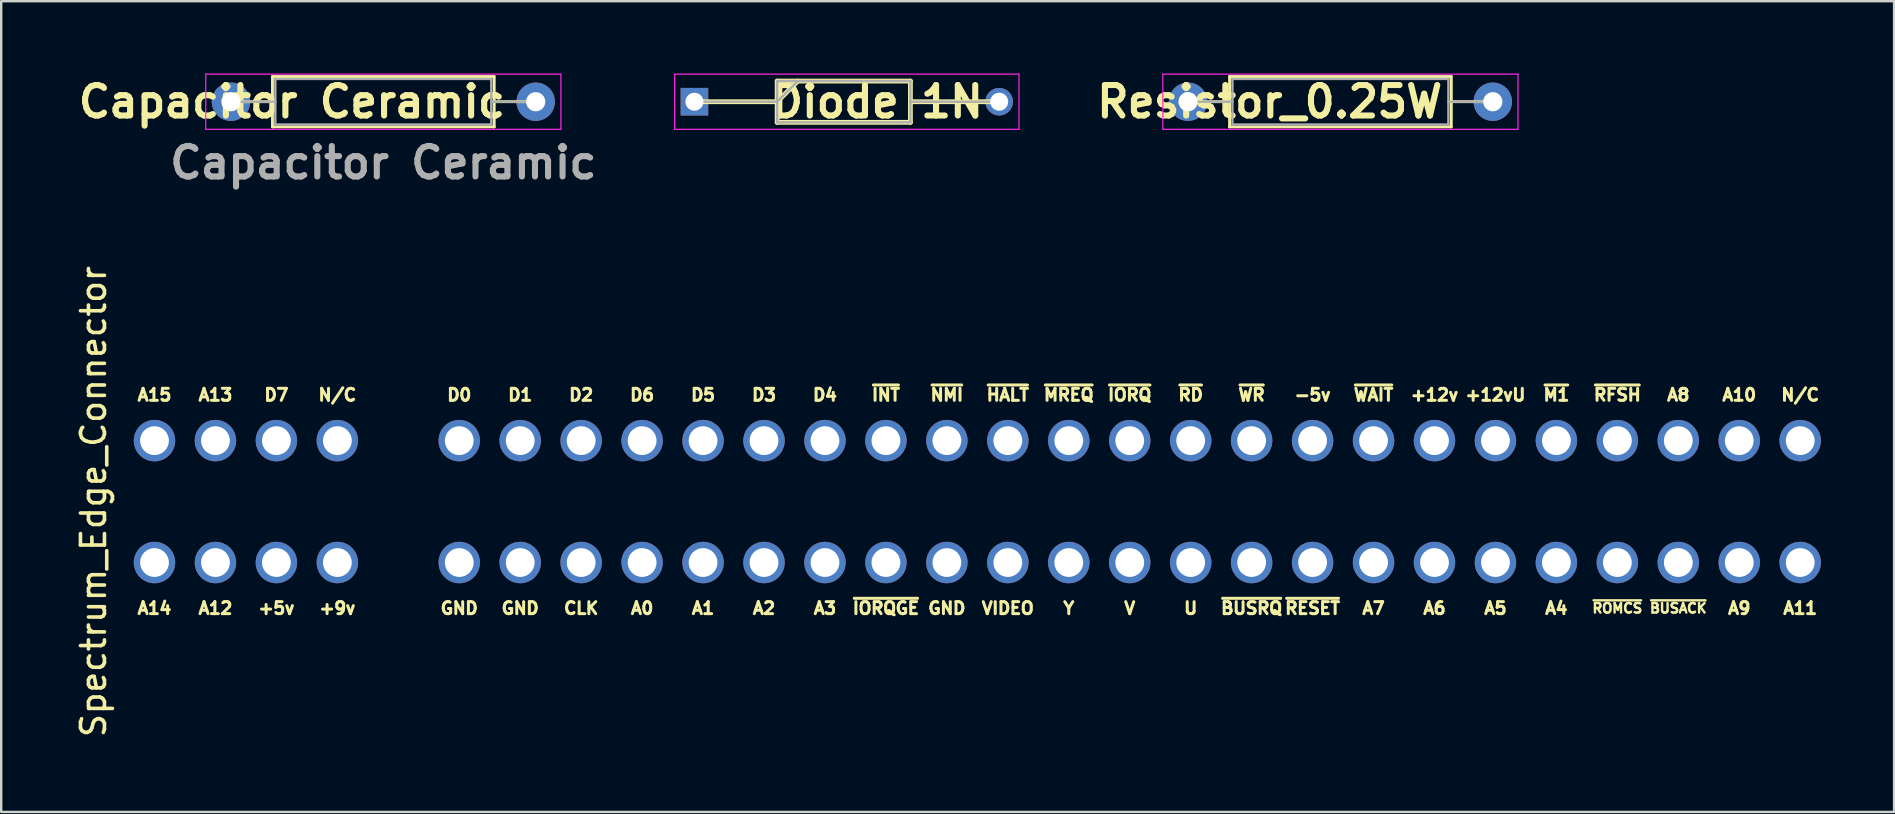
<source format=kicad_pcb>
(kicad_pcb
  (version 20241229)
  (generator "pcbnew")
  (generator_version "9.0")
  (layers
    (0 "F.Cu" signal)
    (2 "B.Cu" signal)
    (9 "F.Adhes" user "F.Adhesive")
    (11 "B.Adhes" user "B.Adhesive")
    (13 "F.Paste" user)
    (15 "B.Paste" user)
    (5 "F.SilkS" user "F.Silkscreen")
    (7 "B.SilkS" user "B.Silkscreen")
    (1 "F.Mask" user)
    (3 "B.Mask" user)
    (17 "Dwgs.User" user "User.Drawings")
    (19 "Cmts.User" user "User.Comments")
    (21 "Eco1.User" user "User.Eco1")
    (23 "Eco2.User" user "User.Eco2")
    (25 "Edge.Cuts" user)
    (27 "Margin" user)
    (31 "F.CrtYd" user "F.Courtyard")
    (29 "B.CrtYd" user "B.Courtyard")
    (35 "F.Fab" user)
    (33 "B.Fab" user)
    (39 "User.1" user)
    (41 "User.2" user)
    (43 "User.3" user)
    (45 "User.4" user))
  (footprint "Diode 1N"
    (layer "F.Cu")
    (at 25.888 1.189)
    (property "Reference" "Diode 1N" (at 7.62 0 0) (layer "F.SilkS") (effects (font (size 1.27 1.27) (thickness 0.254))))
    (attr through_hole)
    (fp_line (start 0 0) (end 3.448 0) (stroke (width 0.2) (type solid)) (layer "F.SilkS"))
    (fp_line (start 3.448 -0.86) (end 9 -0.86) (stroke (width 0.2) (type solid)) (layer "F.SilkS"))
    (fp_line (start 3.448 0) (end 4.308 -0.86) (stroke (width 0.2) (type solid)) (layer "F.SilkS"))
    (fp_line (start 3.448 0.86) (end 3.448 -0.86) (stroke (width 0.2) (type solid)) (layer "F.SilkS"))
    (fp_line (start 9 -0.86) (end 9 0.86) (stroke (width 0.2) (type solid)) (layer "F.SilkS"))
    (fp_line (start 9 0) (end 12.7 0) (stroke (width 0.2) (type solid)) (layer "F.SilkS"))
    (fp_line (start 9 0.86) (end 3.448 0.86) (stroke (width 0.2) (type solid)) (layer "F.SilkS"))
    (fp_line (start -0.825 -1.15) (end 13.525 -1.15) (stroke (width 0.05) (type solid)) (layer "F.CrtYd"))
    (fp_line (start -0.825 1.15) (end -0.825 -1.15) (stroke (width 0.05) (type solid)) (layer "F.CrtYd"))
    (fp_line (start 13.525 -1.15) (end 13.525 1.15) (stroke (width 0.05) (type solid)) (layer "F.CrtYd"))
    (fp_line (start 13.525 1.15) (end -0.825 1.15) (stroke (width 0.05) (type solid)) (layer "F.CrtYd"))
    (fp_line (start 0 0) (end 3.448 0) (stroke (width 0.1) (type solid)) (layer "F.Fab"))
    (fp_line (start 3.448 -0.86) (end 9 -0.86) (stroke (width 0.1) (type solid)) (layer "F.Fab"))
    (fp_line (start 3.448 0) (end 4.308 -0.86) (stroke (width 0.1) (type solid)) (layer "F.Fab"))
    (fp_line (start 3.448 0.86) (end 3.448 -0.86) (stroke (width 0.1) (type solid)) (layer "F.Fab"))
    (fp_line (start 9 -0.86) (end 9 0.86) (stroke (width 0.1) (type solid)) (layer "F.Fab"))
    (fp_line (start 9 0) (end 12.7 0) (stroke (width 0.1) (type solid)) (layer "F.Fab"))
    (fp_line (start 9 0.86) (end 3.448 0.86) (stroke (width 0.1) (type solid)) (layer "F.Fab"))
    (pad "1" thru_hole rect (at 0 0) (size 1.15 1.15) (drill 0.75) (layers "*.Cu" "*.Mask"))
    (pad "2" thru_hole circle (at 12.7 0) (size 1.15 1.15) (drill 0.75) (layers "*.Cu" "*.Mask")))
  (footprint "Resistor_0.25W"
    (layer "F.Cu")
    (at 46.458 1.189)
    (property "Reference" "Resistor_0.25W" (at 3.4 0 0) (layer "F.SilkS") (effects (font (size 1.27 1.27) (thickness 0.254))))
    (attr through_hole)
    (fp_line (start 0 0) (end 1.73 0) (stroke (width 0.12) (type solid)) (layer "F.SilkS"))
    (fp_line (start 1.73 -1.05) (end 1.73 1.05) (stroke (width 0.12) (type solid)) (layer "F.SilkS"))
    (fp_line (start 1.73 1.05) (end 10.97 1.05) (stroke (width 0.12) (type solid)) (layer "F.SilkS"))
    (fp_line (start 10.97 -1.05) (end 1.73 -1.05) (stroke (width 0.12) (type solid)) (layer "F.SilkS"))
    (fp_line (start 10.97 1.05) (end 10.97 -1.05) (stroke (width 0.12) (type solid)) (layer "F.SilkS"))
    (fp_line (start 12.7 0) (end 10.97 0) (stroke (width 0.12) (type solid)) (layer "F.SilkS"))
    (fp_line (start -1.05 -1.15) (end -1.05 1.15) (stroke (width 0.05) (type solid)) (layer "F.CrtYd"))
    (fp_line (start -1.05 1.15) (end 13.75 1.15) (stroke (width 0.05) (type solid)) (layer "F.CrtYd"))
    (fp_line (start 13.75 -1.15) (end -1.05 -1.15) (stroke (width 0.05) (type solid)) (layer "F.CrtYd"))
    (fp_line (start 13.75 1.15) (end 13.75 -1.15) (stroke (width 0.05) (type solid)) (layer "F.CrtYd"))
    (fp_line (start 0 0) (end 1.85 0) (stroke (width 0.1) (type solid)) (layer "F.Fab"))
    (fp_line (start 1.85 -0.95) (end 1.85 0.95) (stroke (width 0.1) (type solid)) (layer "F.Fab"))
    (fp_line (start 1.85 0.95) (end 10.85 0.95) (stroke (width 0.1) (type solid)) (layer "F.Fab"))
    (fp_line (start 10.85 -0.95) (end 1.85 -0.95) (stroke (width 0.1) (type solid)) (layer "F.Fab"))
    (fp_line (start 10.85 0.95) (end 10.85 -0.95) (stroke (width 0.1) (type solid)) (layer "F.Fab"))
    (fp_line (start 12.7 0) (end 10.85 0) (stroke (width 0.1) (type solid)) (layer "F.Fab"))
    (pad "1" thru_hole circle (at 0 0) (size 1.6 1.6) (drill 0.8) (layers "*.Cu" "*.Mask"))
    (pad "2" thru_hole oval (at 12.7 0) (size 1.6 1.6) (drill 0.8) (layers "*.Cu" "*.Mask")))
  (footprint "Capacitor Ceramic"
    (layer "F.Cu")
    (at 6.574 1.189)
    (property "Reference" "Capacitor Ceramic" (at 2.54 0 0) (layer "F.SilkS") (effects (font (size 1.27 1.27) (thickness 0.254))))
    (attr through_hole)
    (fp_line (start 0 0) (end 1.73 0) (stroke (width 0.12) (type solid)) (layer "F.SilkS"))
    (fp_line (start 1.73 -1.05) (end 1.73 1.05) (stroke (width 0.12) (type solid)) (layer "F.SilkS"))
    (fp_line (start 1.73 1.05) (end 10.97 1.05) (stroke (width 0.12) (type solid)) (layer "F.SilkS"))
    (fp_line (start 10.97 -1.05) (end 1.73 -1.05) (stroke (width 0.12) (type solid)) (layer "F.SilkS"))
    (fp_line (start 10.97 1.05) (end 10.97 -1.05) (stroke (width 0.12) (type solid)) (layer "F.SilkS"))
    (fp_line (start 12.7 0) (end 10.97 0) (stroke (width 0.12) (type solid)) (layer "F.SilkS"))
    (fp_line (start -1.05 -1.15) (end -1.05 1.15) (stroke (width 0.05) (type solid)) (layer "F.CrtYd"))
    (fp_line (start -1.05 1.15) (end 13.75 1.15) (stroke (width 0.05) (type solid)) (layer "F.CrtYd"))
    (fp_line (start 13.75 -1.15) (end -1.05 -1.15) (stroke (width 0.05) (type solid)) (layer "F.CrtYd"))
    (fp_line (start 13.75 1.15) (end 13.75 -1.15) (stroke (width 0.05) (type solid)) (layer "F.CrtYd"))
    (fp_line (start 0 0) (end 1.85 0) (stroke (width 0.1) (type solid)) (layer "F.Fab"))
    (fp_line (start 1.85 -0.95) (end 1.85 0.95) (stroke (width 0.1) (type solid)) (layer "F.Fab"))
    (fp_line (start 1.85 0.95) (end 10.85 0.95) (stroke (width 0.1) (type solid)) (layer "F.Fab"))
    (fp_line (start 10.85 -0.95) (end 1.85 -0.95) (stroke (width 0.1) (type solid)) (layer "F.Fab"))
    (fp_line (start 10.85 0.95) (end 10.85 -0.95) (stroke (width 0.1) (type solid)) (layer "F.Fab"))
    (fp_line (start 12.7 0) (end 10.85 0) (stroke (width 0.1) (type solid)) (layer "F.Fab"))
    (fp_text user "${REFERENCE}" (at 6.35 2.54 0) (layer "F.Fab") (effects (font (size 1.27 1.27) (thickness 0.254))))
    (pad "1" thru_hole circle (at 0 0) (size 1.6 1.6) (drill 0.8) (layers "*.Cu" "*.Mask"))
    (pad "2" thru_hole oval (at 12.7 0) (size 1.6 1.6) (drill 0.8) (layers "*.Cu" "*.Mask")))
  (footprint "Spectrum_Edge_Connector"
    (layer "F.Cu")
    (at 36.408 17.852)
    (property "Reference" "Spectrum_Edge_Connector" (at -35.56 0 90) (layer "F.SilkS") (effects (font (size 1 1) (thickness 0.15))))
    (attr through_hole)
    (fp_text user "GND" (at -20.32 4.445 0) (layer "F.SilkS") (effects (font (size 0.5 0.5) (thickness 0.125))))
    (fp_text user "A10" (at 33.02 -4.445 0) (layer "F.SilkS") (effects (font (size 0.5 0.5) (thickness 0.125))))
    (fp_text user "~{M1}" (at 25.4 -4.445 0) (layer "F.SilkS") (effects (font (size 0.5 0.5) (thickness 0.125))))
    (fp_text user "~{RESET}" (at 15.24 4.445 0) (layer "F.SilkS") (effects (font (size 0.5 0.5) (thickness 0.125))))
    (fp_text user "A6" (at 20.32 4.445 0) (layer "F.SilkS") (effects (font (size 0.5 0.5) (thickness 0.125))))
    (fp_text user "~{IORQ}" (at 7.62 -4.445 0) (layer "F.SilkS") (effects (font (size 0.5 0.5) (thickness 0.125))))
    (fp_text user "+5v" (at -27.94 4.445 0) (layer "F.SilkS") (effects (font (size 0.5 0.5) (thickness 0.125))))
    (fp_text user "A7" (at 17.78 4.445 0) (layer "F.SilkS") (effects (font (size 0.5 0.5) (thickness 0.125))))
    (fp_text user "A5" (at 22.86 4.445 0) (layer "F.SilkS") (effects (font (size 0.5 0.5) (thickness 0.125))))
    (fp_text user "D5" (at -10.16 -4.445 0) (layer "F.SilkS") (effects (font (size 0.5 0.5) (thickness 0.125))))
    (fp_text user "D7" (at -27.94 -4.445 0) (layer "F.SilkS") (effects (font (size 0.5 0.5) (thickness 0.125))))
    (fp_text user "D3" (at -7.62 -4.445 0) (layer "F.SilkS") (effects (font (size 0.5 0.5) (thickness 0.125))))
    (fp_text user "Y" (at 5.08 4.445 0) (layer "F.SilkS") (effects (font (size 0.5 0.5) (thickness 0.125))))
    (fp_text user "~{HALT}" (at 2.54 -4.445 0) (layer "F.SilkS") (effects (font (size 0.5 0.5) (thickness 0.125))))
    (fp_text user "~{RD}" (at 10.16 -4.445 0) (layer "F.SilkS") (effects (font (size 0.5 0.5) (thickness 0.125))))
    (fp_text user "A0" (at -12.7 4.445 0) (layer "F.SilkS") (effects (font (size 0.5 0.5) (thickness 0.125))))
    (fp_text user "A4" (at 25.4 4.445 0) (layer "F.SilkS") (effects (font (size 0.5 0.5) (thickness 0.125))))
    (fp_text user "V" (at 7.62 4.445 0) (layer "F.SilkS") (effects (font (size 0.5 0.5) (thickness 0.125))))
    (fp_text user "N/C" (at -25.4 -4.445 0) (layer "F.SilkS") (effects (font (size 0.5 0.5) (thickness 0.125))))
    (fp_text user "D6" (at -12.7 -4.445 0) (layer "F.SilkS") (effects (font (size 0.5 0.5) (thickness 0.125))))
    (fp_text user "~{WAIT}" (at 17.78 -4.445 0) (layer "F.SilkS") (effects (font (size 0.5 0.5) (thickness 0.125))))
    (fp_text user "~{INT}" (at -2.54 -4.445 0) (layer "F.SilkS") (effects (font (size 0.5 0.5) (thickness 0.125))))
    (fp_text user "A13" (at -30.48 -4.445 0) (layer "F.SilkS") (effects (font (size 0.5 0.5) (thickness 0.125))))
    (fp_text user "A2" (at -7.62 4.445 0) (layer "F.SilkS") (effects (font (size 0.5 0.5) (thickness 0.125))))
    (fp_text user "A14" (at -33.02 4.445 0) (layer "F.SilkS") (effects (font (size 0.5 0.5) (thickness 0.125))))
    (fp_text user "A11" (at 35.56 4.445 0) (layer "F.SilkS") (effects (font (size 0.5 0.5) (thickness 0.125))))
    (fp_text user "N/C" (at 35.56 -4.445 0) (layer "F.SilkS") (effects (font (size 0.5 0.5) (thickness 0.125))))
    (fp_text user "A9" (at 33.02 4.445 0) (layer "F.SilkS") (effects (font (size 0.5 0.5) (thickness 0.125))))
    (fp_text user "~{WR}" (at 12.7 -4.445 0) (layer "F.SilkS") (effects (font (size 0.5 0.5) (thickness 0.125))))
    (fp_text user "A12" (at -30.48 4.445 0) (layer "F.SilkS") (effects (font (size 0.5 0.5) (thickness 0.125))))
    (fp_text user "~{MREQ}" (at 5.08 -4.445 0) (layer "F.SilkS") (effects (font (size 0.5 0.5) (thickness 0.125))))
    (fp_text user "A15" (at -33.02 -4.445 0) (layer "F.SilkS") (effects (font (size 0.5 0.5) (thickness 0.125))))
    (fp_text user "GND" (at 0 4.445 0) (layer "F.SilkS") (effects (font (size 0.5 0.5) (thickness 0.125))))
    (fp_text user "VIDEO" (at 2.54 4.445 0) (layer "F.SilkS") (effects (font (size 0.5 0.5) (thickness 0.125))))
    (fp_text user "~{IORQGE}" (at -2.54 4.445 0) (layer "F.SilkS") (effects (font (size 0.5 0.5) (thickness 0.125))))
    (fp_text user "+12v" (at 20.32 -4.445 0) (layer "F.SilkS") (effects (font (size 0.5 0.5) (thickness 0.125))))
    (fp_text user "GND" (at -17.78 4.445 0) (layer "F.SilkS") (effects (font (size 0.5 0.5) (thickness 0.125))))
    (fp_text user "~{RFSH}" (at 27.94 -4.445 0) (layer "F.SilkS") (effects (font (size 0.5 0.5) (thickness 0.125))))
    (fp_text user "D4" (at -5.08 -4.445 0) (layer "F.SilkS") (effects (font (size 0.5 0.5) (thickness 0.125))))
    (fp_text user "A3" (at -5.08 4.445 0) (layer "F.SilkS") (effects (font (size 0.5 0.5) (thickness 0.125))))
    (fp_text user "U" (at 10.16 4.445 0) (layer "F.SilkS") (effects (font (size 0.5 0.5) (thickness 0.125))))
    (fp_text user "D0" (at -20.32 -4.445 0) (layer "F.SilkS") (effects (font (size 0.5 0.5) (thickness 0.125))))
    (fp_text user "~{BUSRQ}" (at 12.7 4.445 0) (layer "F.SilkS") (effects (font (size 0.5 0.5) (thickness 0.125))))
    (fp_text user "A8" (at 30.48 -4.445 0) (layer "F.SilkS") (effects (font (size 0.5 0.5) (thickness 0.125))))
    (fp_text user "~{ROMCS}" (at 27.94 4.445 0) (layer "F.SilkS") (effects (font (size 0.4 0.4) (thickness 0.1))))
    (fp_text user "+9v" (at -25.4 4.445 0) (layer "F.SilkS") (effects (font (size 0.5 0.5) (thickness 0.125))))
    (fp_text user "+12vU" (at 22.86 -4.445 0) (layer "F.SilkS") (effects (font (size 0.5 0.5) (thickness 0.125))))
    (fp_text user "A1" (at -10.16 4.445 0) (layer "F.SilkS") (effects (font (size 0.5 0.5) (thickness 0.125))))
    (fp_text user "D1" (at -17.78 -4.445 0) (layer "F.SilkS") (effects (font (size 0.5 0.5) (thickness 0.125))))
    (fp_text user "D2" (at -15.24 -4.445 0) (layer "F.SilkS") (effects (font (size 0.5 0.5) (thickness 0.125))))
    (fp_text user "~{NMI}" (at 0 -4.445 0) (layer "F.SilkS") (effects (font (size 0.5 0.5) (thickness 0.125))))
    (fp_text user "-5v" (at 15.24 -4.445 0) (layer "F.SilkS") (effects (font (size 0.5 0.5) (thickness 0.125))))
    (fp_text user "CLK" (at -15.24 4.445 0) (layer "F.SilkS") (effects (font (size 0.5 0.5) (thickness 0.125))))
    (fp_text user "~{BUSACK}" (at 30.48 4.445 0) (layer "F.SilkS") (effects (font (size 0.4 0.4) (thickness 0.1))))
    (pad "A1" thru_hole circle (at -33.02 -2.54) (size 1.727 1.727) (drill 1.2) (layers "*.Cu" "*.Mask"))
    (pad "A2" thru_hole circle (at -30.48 -2.54) (size 1.727 1.727) (drill 1.2) (layers "*.Cu" "*.Mask"))
    (pad "A3" thru_hole circle (at -27.94 -2.54) (size 1.727 1.727) (drill 1.2) (layers "*.Cu" "*.Mask"))
    (pad "A4" thru_hole circle (at -25.4 -2.54) (size 1.727 1.727) (drill 1.2) (layers "*.Cu" "*.Mask"))
    (pad "A6" thru_hole circle (at -20.32 -2.54) (size 1.727 1.727) (drill 1.2) (layers "*.Cu" "*.Mask"))
    (pad "A7" thru_hole circle (at -17.78 -2.54) (size 1.727 1.727) (drill 1.2) (layers "*.Cu" "*.Mask"))
    (pad "A8" thru_hole circle (at -15.24 -2.54) (size 1.727 1.727) (drill 1.2) (layers "*.Cu" "*.Mask"))
    (pad "A9" thru_hole circle (at -12.7 -2.54) (size 1.727 1.727) (drill 1.2) (layers "*.Cu" "*.Mask"))
    (pad "A10" thru_hole circle (at -10.16 -2.54) (size 1.727 1.727) (drill 1.2) (layers "*.Cu" "*.Mask"))
    (pad "A11" thru_hole circle (at -7.62 -2.54) (size 1.727 1.727) (drill 1.2) (layers "*.Cu" "*.Mask"))
    (pad "A12" thru_hole circle (at -5.08 -2.54) (size 1.727 1.727) (drill 1.2) (layers "*.Cu" "*.Mask"))
    (pad "A13" thru_hole circle (at -2.54 -2.54) (size 1.727 1.727) (drill 1.2) (layers "*.Cu" "*.Mask"))
    (pad "A14" thru_hole circle (at 0 -2.54) (size 1.727 1.727) (drill 1.2) (layers "*.Cu" "*.Mask"))
    (pad "A15" thru_hole circle (at 2.54 -2.54) (size 1.727 1.727) (drill 1.2) (layers "*.Cu" "*.Mask"))
    (pad "A16" thru_hole circle (at 5.08 -2.54) (size 1.727 1.727) (drill 1.2) (layers "*.Cu" "*.Mask"))
    (pad "A17" thru_hole circle (at 7.62 -2.54) (size 1.727 1.727) (drill 1.2) (layers "*.Cu" "*.Mask"))
    (pad "A18" thru_hole circle (at 10.16 -2.54) (size 1.727 1.727) (drill 1.2) (layers "*.Cu" "*.Mask"))
    (pad "A19" thru_hole circle (at 12.7 -2.54) (size 1.727 1.727) (drill 1.2) (layers "*.Cu" "*.Mask"))
    (pad "A20" thru_hole circle (at 15.24 -2.54) (size 1.727 1.727) (drill 1.2) (layers "*.Cu" "*.Mask"))
    (pad "A21" thru_hole circle (at 17.78 -2.54) (size 1.727 1.727) (drill 1.2) (layers "*.Cu" "*.Mask"))
    (pad "A22" thru_hole circle (at 20.32 -2.54) (size 1.727 1.727) (drill 1.2) (layers "*.Cu" "*.Mask"))
    (pad "A23" thru_hole circle (at 22.86 -2.54) (size 1.727 1.727) (drill 1.2) (layers "*.Cu" "*.Mask"))
    (pad "A24" thru_hole circle (at 25.4 -2.54) (size 1.727 1.727) (drill 1.2) (layers "*.Cu" "*.Mask"))
    (pad "A25" thru_hole circle (at 27.94 -2.54) (size 1.727 1.727) (drill 1.2) (layers "*.Cu" "*.Mask"))
    (pad "A26" thru_hole circle (at 30.48 -2.54) (size 1.727 1.727) (drill 1.2) (layers "*.Cu" "*.Mask"))
    (pad "A27" thru_hole circle (at 33.02 -2.54) (size 1.727 1.727) (drill 1.2) (layers "*.Cu" "*.Mask"))
    (pad "A28" thru_hole circle (at 35.56 -2.54) (size 1.727 1.727) (drill 1.2) (layers "*.Cu" "*.Mask"))
    (pad "B1" thru_hole circle (at -33.02 2.54) (size 1.727 1.727) (drill 1.2) (layers "*.Cu" "*.Mask"))
    (pad "B2" thru_hole circle (at -30.48 2.54) (size 1.727 1.727) (drill 1.2) (layers "*.Cu" "*.Mask"))
    (pad "B3" thru_hole circle (at -27.94 2.54) (size 1.727 1.727) (drill 1.2) (layers "*.Cu" "*.Mask"))
    (pad "B4" thru_hole circle (at -25.4 2.54) (size 1.727 1.727) (drill 1.2) (layers "*.Cu" "*.Mask"))
    (pad "B6" thru_hole circle (at -20.32 2.54) (size 1.727 1.727) (drill 1.2) (layers "*.Cu" "*.Mask"))
    (pad "B7" thru_hole circle (at -17.78 2.54) (size 1.727 1.727) (drill 1.2) (layers "*.Cu" "*.Mask"))
    (pad "B8" thru_hole circle (at -15.24 2.54) (size 1.727 1.727) (drill 1.2) (layers "*.Cu" "*.Mask"))
    (pad "B9" thru_hole circle (at -12.7 2.54) (size 1.727 1.727) (drill 1.2) (layers "*.Cu" "*.Mask"))
    (pad "B10" thru_hole circle (at -10.16 2.54) (size 1.727 1.727) (drill 1.2) (layers "*.Cu" "*.Mask"))
    (pad "B11" thru_hole circle (at -7.62 2.54) (size 1.727 1.727) (drill 1.2) (layers "*.Cu" "*.Mask"))
    (pad "B12" thru_hole circle (at -5.08 2.54) (size 1.727 1.727) (drill 1.2) (layers "*.Cu" "*.Mask"))
    (pad "B13" thru_hole circle (at -2.54 2.54) (size 1.727 1.727) (drill 1.2) (layers "*.Cu" "*.Mask"))
    (pad "B14" thru_hole circle (at 0 2.54) (size 1.727 1.727) (drill 1.2) (layers "*.Cu" "*.Mask"))
    (pad "B15" thru_hole circle (at 2.54 2.54) (size 1.727 1.727) (drill 1.2) (layers "*.Cu" "*.Mask"))
    (pad "B16" thru_hole circle (at 5.08 2.54) (size 1.727 1.727) (drill 1.2) (layers "*.Cu" "*.Mask"))
    (pad "B17" thru_hole circle (at 7.62 2.54) (size 1.727 1.727) (drill 1.2) (layers "*.Cu" "*.Mask"))
    (pad "B18" thru_hole circle (at 10.16 2.54) (size 1.727 1.727) (drill 1.2) (layers "*.Cu" "*.Mask"))
    (pad "B19" thru_hole circle (at 12.7 2.54) (size 1.727 1.727) (drill 1.2) (layers "*.Cu" "*.Mask"))
    (pad "B20" thru_hole circle (at 15.24 2.54) (size 1.727 1.727) (drill 1.2) (layers "*.Cu" "*.Mask"))
    (pad "B21" thru_hole circle (at 17.78 2.54) (size 1.727 1.727) (drill 1.2) (layers "*.Cu" "*.Mask"))
    (pad "B22" thru_hole circle (at 20.32 2.54) (size 1.727 1.727) (drill 1.2) (layers "*.Cu" "*.Mask"))
    (pad "B23" thru_hole circle (at 22.86 2.54) (size 1.727 1.727) (drill 1.2) (layers "*.Cu" "*.Mask"))
    (pad "B24" thru_hole circle (at 25.4 2.54) (size 1.727 1.727) (drill 1.2) (layers "*.Cu" "*.Mask"))
    (pad "B25" thru_hole circle (at 27.94 2.54) (size 1.727 1.727) (drill 1.2) (layers "*.Cu" "*.Mask"))
    (pad "B26" thru_hole circle (at 30.48 2.54) (size 1.727 1.727) (drill 1.2) (layers "*.Cu" "*.Mask"))
    (pad "B27" thru_hole circle (at 33.02 2.54) (size 1.727 1.727) (drill 1.2) (layers "*.Cu" "*.Mask"))
    (pad "B28" thru_hole circle (at 35.56 2.54) (size 1.727 1.727) (drill 1.2) (layers "*.Cu" "*.Mask")))
  (gr_rect
    (start -3 -3)
    (end 75.88 30.786)
    (stroke (width 0.1) (type default))
    (fill no)
    (layer "Edge.Cuts")))
</source>
